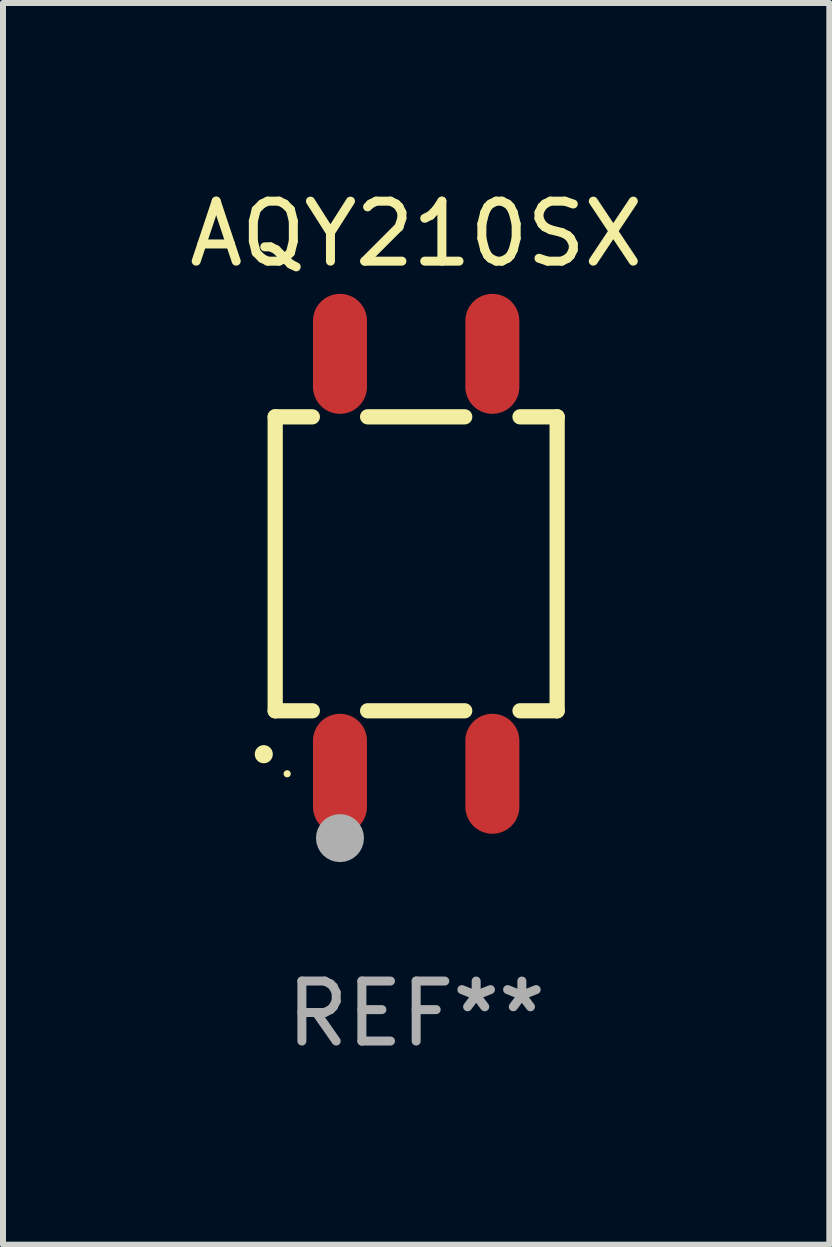
<source format=kicad_pcb>
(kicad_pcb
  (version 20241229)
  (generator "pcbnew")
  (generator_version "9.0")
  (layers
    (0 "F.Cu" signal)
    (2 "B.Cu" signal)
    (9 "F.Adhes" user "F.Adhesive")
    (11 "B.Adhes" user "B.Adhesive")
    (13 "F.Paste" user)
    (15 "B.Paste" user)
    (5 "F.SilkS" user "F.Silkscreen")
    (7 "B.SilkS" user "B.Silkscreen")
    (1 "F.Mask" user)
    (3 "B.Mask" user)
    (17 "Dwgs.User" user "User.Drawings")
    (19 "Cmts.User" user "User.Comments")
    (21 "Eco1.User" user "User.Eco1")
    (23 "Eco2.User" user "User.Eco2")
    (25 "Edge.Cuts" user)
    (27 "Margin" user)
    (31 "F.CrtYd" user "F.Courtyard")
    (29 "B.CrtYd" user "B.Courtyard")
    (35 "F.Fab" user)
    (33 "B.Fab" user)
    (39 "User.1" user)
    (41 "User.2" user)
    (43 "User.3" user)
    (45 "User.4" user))
  (footprint "AQY210SX"
    (layer "F.Cu")
    (at 3.887 6.348)
    (property "Reference" "AQY210SX" (at 0 -5.5 0) (layer "F.SilkS") (effects (font (size 1 1) (thickness 0.15))))
    (attr through_hole)
    (fp_line (start -2.35 -2.45) (end -2.35 2.45) (stroke (width 0.254) (type solid)) (layer "F.SilkS"))
    (fp_line (start -2.35 -2.45) (end -1.731 -2.45) (stroke (width 0.254) (type solid)) (layer "F.SilkS"))
    (fp_line (start -2.35 2.45) (end -1.731 2.45) (stroke (width 0.254) (type solid)) (layer "F.SilkS"))
    (fp_line (start -0.809 -2.45) (end 0.809 -2.45) (stroke (width 0.254) (type solid)) (layer "F.SilkS"))
    (fp_line (start -0.809 2.45) (end 0.809 2.45) (stroke (width 0.254) (type solid)) (layer "F.SilkS"))
    (fp_line (start 1.731 -2.45) (end 2.35 -2.45) (stroke (width 0.254) (type solid)) (layer "F.SilkS"))
    (fp_line (start 1.731 2.45) (end 2.35 2.45) (stroke (width 0.254) (type solid)) (layer "F.SilkS"))
    (fp_line (start 2.35 -2.45) (end 2.35 2.45) (stroke (width 0.254) (type solid)) (layer "F.SilkS"))
    (fp_arc (start -2.540005 3.174879) (mid -2.54001 3.173609) (end -2.540005 3.172339) (stroke (width 0.3) (type solid)) (layer "F.SilkS"))
    (fp_circle (center -2.15 3.5) (end -2.12 3.5) (stroke (width 0.06) (type solid)) (fill no) (layer "F.SilkS"))
    (fp_circle (center -1.27 4.572) (end -1.07 4.572) (stroke (width 0.4) (type solid)) (fill no) (layer "F.Fab"))
    (fp_text user "REF**" (at 0 7.5 0) (layer "F.Fab") (effects (font (size 1 1) (thickness 0.15))))
    (pad "1" smd oval (at -1.27 3.5 180) (size 0.9 2) (layers "F.Cu" "F.Mask" "F.Paste"))
    (pad "2" smd oval (at 1.27 3.5 180) (size 0.9 2) (layers "F.Cu" "F.Mask" "F.Paste"))
    (pad "3" smd oval (at 1.27 -3.5 180) (size 0.9 2) (layers "F.Cu" "F.Mask" "F.Paste"))
    (pad "4" smd oval (at -1.27 -3.5 180) (size 0.9 2) (layers "F.Cu" "F.Mask" "F.Paste")))
  (gr_rect
    (start -3 -3)
    (end 10.774 17.697)
    (stroke (width 0.1) (type default))
    (fill no)
    (layer "Edge.Cuts")))
</source>
